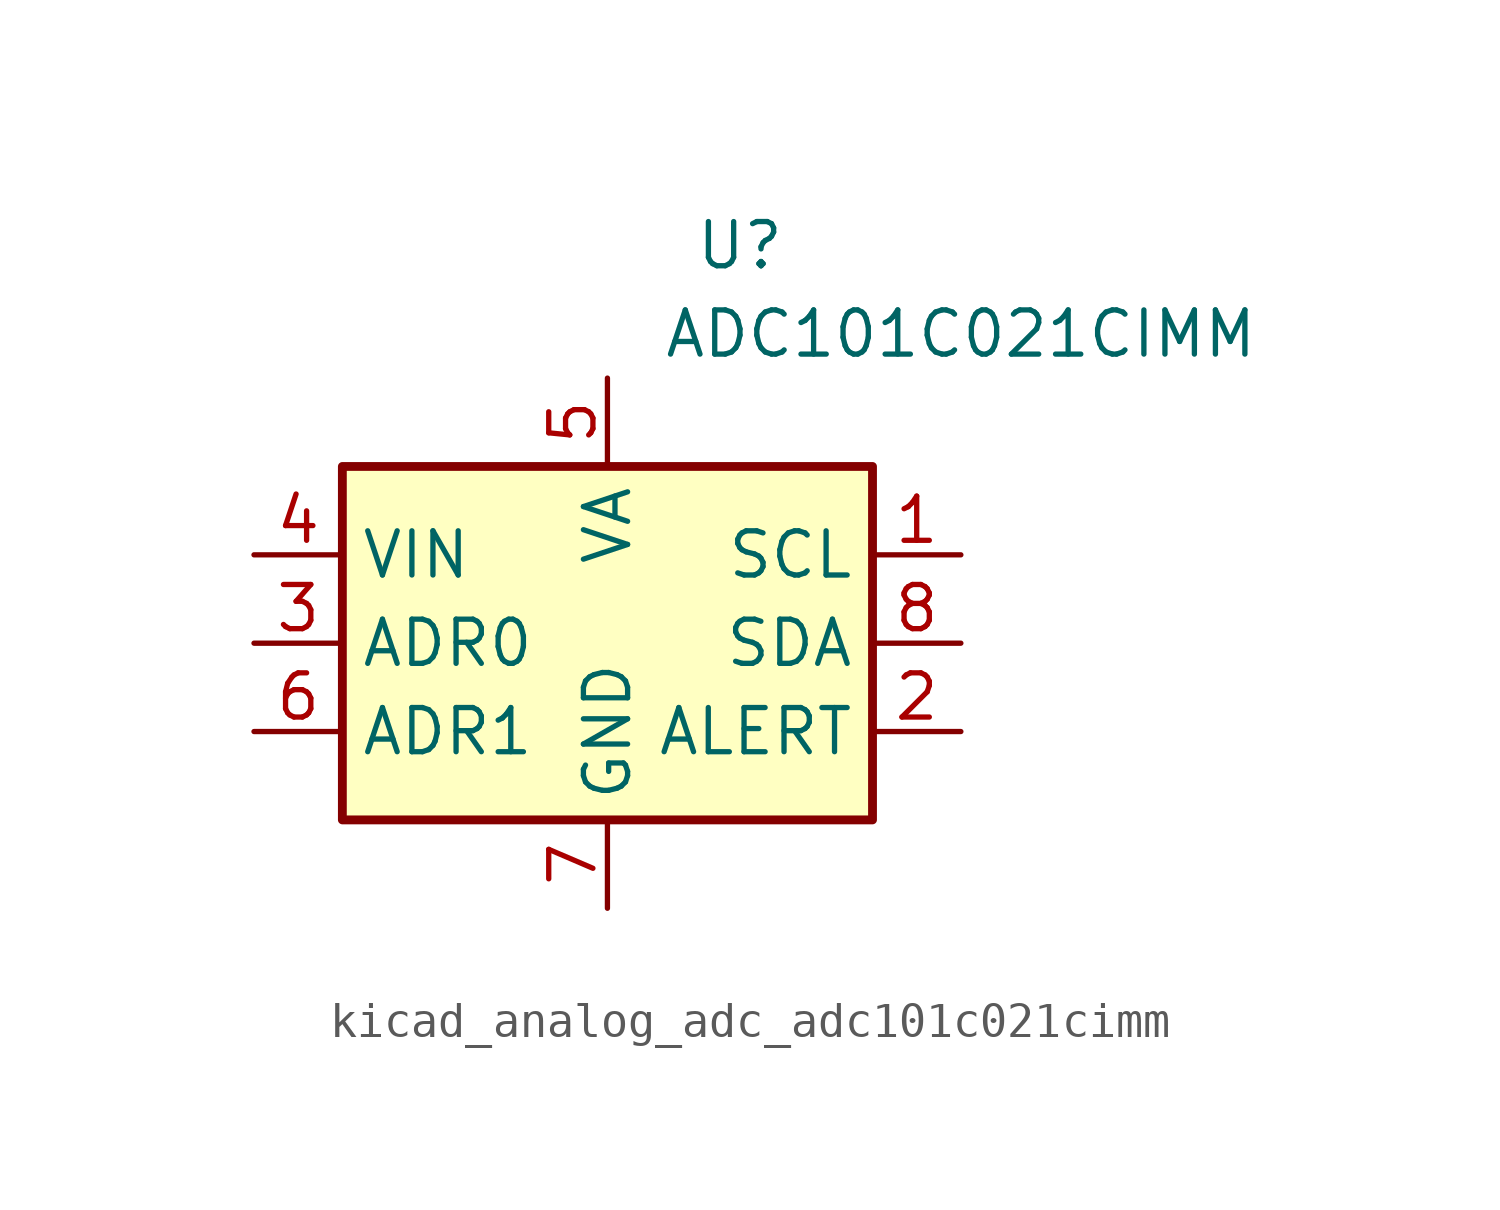
<source format=kicad_sym>
(kicad_symbol_lib
  (version 20220914)
  (generator kicad_symbol_editor)
  (symbol "kicad_analog_adc_adc101c021cimm"
    (property "Reference" "U"
      (at 3.81 11.43 0)
      (effects (font (size 1.27 1.27))))
    (property "Value" "ADC101C021CIMM"
      (at 10.16 8.89 0)
      (effects (font (size 1.27 1.27))))
    (symbol "kicad_analog_adc_adc101c021cimm_0_1"
      (rectangle (start -7.62 5.08) (end 7.62 -5.08) (stroke (width 0.254) (type default)) (fill (type background))))
    (symbol "kicad_analog_adc_adc101c021cimm_1_1"
      (pin input line (at 10.16 2.54 180) (length 2.54) (name "SCL" (effects (font (size 1.27 1.27)))) (number "1" (effects (font (size 1.27 1.27)))))
      (pin open_collector line (at 10.16 -2.54 180) (length 2.54) (name "ALERT" (effects (font (size 1.27 1.27)))) (number "2" (effects (font (size 1.27 1.27)))))
      (pin input line (at -10.16 0 0) (length 2.54) (name "ADR0" (effects (font (size 1.27 1.27)))) (number "3" (effects (font (size 1.27 1.27)))))
      (pin input line (at -10.16 2.54 0) (length 2.54) (name "VIN" (effects (font (size 1.27 1.27)))) (number "4" (effects (font (size 1.27 1.27)))))
      (pin power_in line (at 0 7.62 270) (length 2.54) (name "VA" (effects (font (size 1.27 1.27)))) (number "5" (effects (font (size 1.27 1.27)))))
      (pin input line (at -10.16 -2.54 0) (length 2.54) (name "ADR1" (effects (font (size 1.27 1.27)))) (number "6" (effects (font (size 1.27 1.27)))))
      (pin power_in line (at 0 -7.62 90) (length 2.54) (name "GND" (effects (font (size 1.27 1.27)))) (number "7" (effects (font (size 1.27 1.27)))))
      (pin bidirectional line (at 10.16 0 180) (length 2.54) (name "SDA" (effects (font (size 1.27 1.27)))) (number "8" (effects (font (size 1.27 1.27))))))))
</source>
